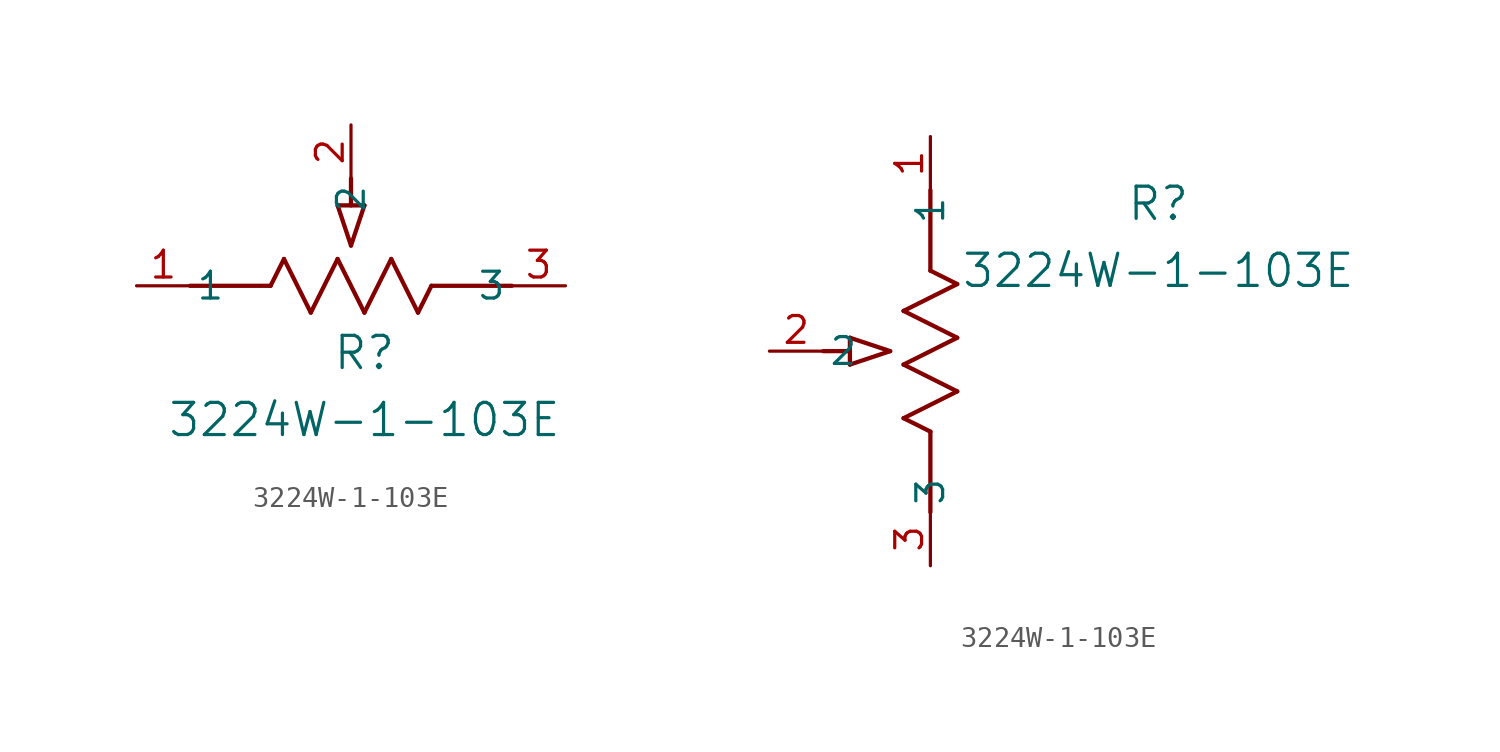
<source format=kicad_sym>
(kicad_symbol_lib
  (version 20211014)
  (generator kicad_symbol_editor)
  (symbol "3224W-1-103E"
    (pin_names
      (offset 0.254))
    (property "Reference" "R"
      (at 10.795 -3.175 0)
      (effects (font (size 1.524 1.524))))
    (property "Value" "3224W-1-103E"
      (at 10.795 -6.35 0)
      (effects (font (size 1.524 1.524))))
    (symbol "3224W-1-103E_1_1"
      (polyline (pts (xy 9.525 3.81) (xy 10.16 1.905)) (stroke (width 0.203) (type default) (color 0 0 0 0)) (fill (type none)))
      (polyline (pts (xy 10.795 3.81) (xy 10.16 1.905)) (stroke (width 0.203) (type default) (color 0 0 0 0)) (fill (type none)))
      (polyline (pts (xy 9.525 3.81) (xy 10.795 3.81)) (stroke (width 0.203) (type default) (color 0 0 0 0)) (fill (type none)))
      (polyline (pts (xy 10.16 3.81) (xy 10.16 5.08)) (stroke (width 0.203) (type default) (color 0 0 0 0)) (fill (type none)))
      (polyline (pts (xy 6.35 0) (xy 6.985 1.27)) (stroke (width 0.203) (type default) (color 0 0 0 0)) (fill (type none)))
      (polyline (pts (xy 9.525 1.27) (xy 10.795 -1.27)) (stroke (width 0.203) (type default) (color 0 0 0 0)) (fill (type none)))
      (polyline (pts (xy 10.795 -1.27) (xy 12.065 1.27)) (stroke (width 0.203) (type default) (color 0 0 0 0)) (fill (type none)))
      (polyline (pts (xy 8.255 -1.27) (xy 9.525 1.27)) (stroke (width 0.203) (type default) (color 0 0 0 0)) (fill (type none)))
      (polyline (pts (xy 6.985 1.27) (xy 8.255 -1.27)) (stroke (width 0.203) (type default) (color 0 0 0 0)) (fill (type none)))
      (polyline (pts (xy 13.335 -1.27) (xy 13.97 0)) (stroke (width 0.203) (type default) (color 0 0 0 0)) (fill (type none)))
      (polyline (pts (xy 13.97 0) (xy 17.78 0)) (stroke (width 0.203) (type default) (color 0 0 0 0)) (fill (type none)))
      (polyline (pts (xy 2.54 0) (xy 6.35 0)) (stroke (width 0.203) (type default) (color 0 0 0 0)) (fill (type none)))
      (polyline (pts (xy 12.065 1.27) (xy 13.335 -1.27)) (stroke (width 0.203) (type default) (color 0 0 0 0)) (fill (type none)))
      (pin unspecified line (at 20.32 0 180) (length 2.54) (name "3" (effects (font (size 1.27 1.27)))) (number "3" (effects (font (size 1.27 1.27)))))
      (pin unspecified line (at 10.16 7.62 270) (length 2.54) (name "2" (effects (font (size 1.27 1.27)))) (number "2" (effects (font (size 1.27 1.27)))))
      (pin unspecified line (at 0 0 0) (length 2.54) (name "1" (effects (font (size 1.27 1.27)))) (number "1" (effects (font (size 1.27 1.27))))))
    (symbol "3224W-1-103E_1_2"
      (polyline (pts (xy 0 -13.97) (xy -1.27 -13.335)) (stroke (width 0.203) (type default) (color 0 0 0 0)) (fill (type none)))
      (polyline (pts (xy 0 -17.78) (xy 0 -13.97)) (stroke (width 0.203) (type default) (color 0 0 0 0)) (fill (type none)))
      (polyline (pts (xy -3.81 -10.795) (xy -1.905 -10.16)) (stroke (width 0.203) (type default) (color 0 0 0 0)) (fill (type none)))
      (polyline (pts (xy -3.81 -9.525) (xy -1.905 -10.16)) (stroke (width 0.203) (type default) (color 0 0 0 0)) (fill (type none)))
      (polyline (pts (xy -3.81 -10.795) (xy -3.81 -9.525)) (stroke (width 0.203) (type default) (color 0 0 0 0)) (fill (type none)))
      (polyline (pts (xy 1.27 -12.065) (xy -1.27 -10.795)) (stroke (width 0.203) (type default) (color 0 0 0 0)) (fill (type none)))
      (polyline (pts (xy -1.27 -10.795) (xy 1.27 -9.525)) (stroke (width 0.203) (type default) (color 0 0 0 0)) (fill (type none)))
      (polyline (pts (xy 1.27 -9.525) (xy -1.27 -8.255)) (stroke (width 0.203) (type default) (color 0 0 0 0)) (fill (type none)))
      (polyline (pts (xy -1.27 -8.255) (xy 1.27 -6.985)) (stroke (width 0.203) (type default) (color 0 0 0 0)) (fill (type none)))
      (polyline (pts (xy 1.27 -6.985) (xy 0 -6.35)) (stroke (width 0.203) (type default) (color 0 0 0 0)) (fill (type none)))
      (polyline (pts (xy -1.27 -13.335) (xy 1.27 -12.065)) (stroke (width 0.203) (type default) (color 0 0 0 0)) (fill (type none)))
      (polyline (pts (xy 0 -6.35) (xy 0 -2.54)) (stroke (width 0.203) (type default) (color 0 0 0 0)) (fill (type none)))
      (polyline (pts (xy -3.81 -10.16) (xy -5.08 -10.16)) (stroke (width 0.203) (type default) (color 0 0 0 0)) (fill (type none)))
      (pin unspecified line (at 0 -20.32 90) (length 2.54) (name "3" (effects (font (size 1.27 1.27)))) (number "3" (effects (font (size 1.27 1.27)))))
      (pin unspecified line (at -7.62 -10.16 0) (length 2.54) (name "2" (effects (font (size 1.27 1.27)))) (number "2" (effects (font (size 1.27 1.27)))))
      (pin unspecified line (at 0 0 270) (length 2.54) (name "1" (effects (font (size 1.27 1.27)))) (number "1" (effects (font (size 1.27 1.27))))))))
</source>
